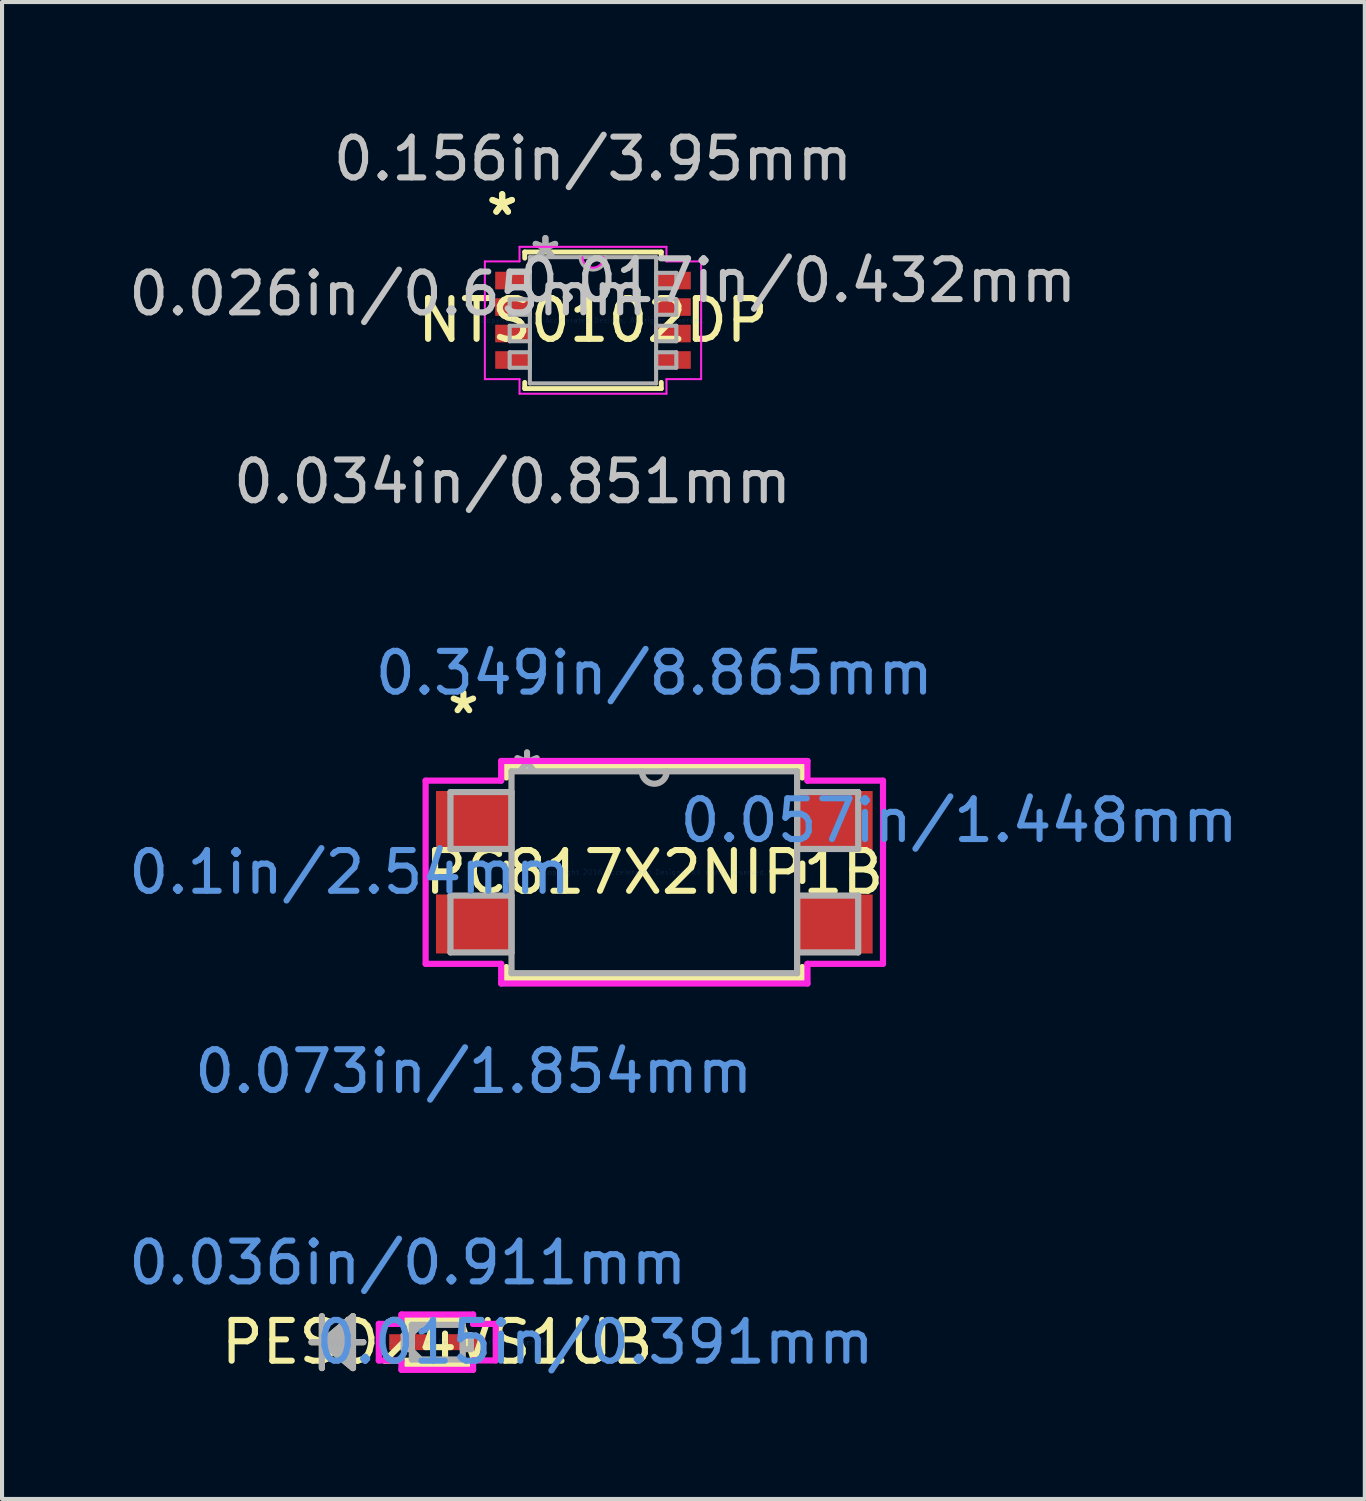
<source format=kicad_pcb>
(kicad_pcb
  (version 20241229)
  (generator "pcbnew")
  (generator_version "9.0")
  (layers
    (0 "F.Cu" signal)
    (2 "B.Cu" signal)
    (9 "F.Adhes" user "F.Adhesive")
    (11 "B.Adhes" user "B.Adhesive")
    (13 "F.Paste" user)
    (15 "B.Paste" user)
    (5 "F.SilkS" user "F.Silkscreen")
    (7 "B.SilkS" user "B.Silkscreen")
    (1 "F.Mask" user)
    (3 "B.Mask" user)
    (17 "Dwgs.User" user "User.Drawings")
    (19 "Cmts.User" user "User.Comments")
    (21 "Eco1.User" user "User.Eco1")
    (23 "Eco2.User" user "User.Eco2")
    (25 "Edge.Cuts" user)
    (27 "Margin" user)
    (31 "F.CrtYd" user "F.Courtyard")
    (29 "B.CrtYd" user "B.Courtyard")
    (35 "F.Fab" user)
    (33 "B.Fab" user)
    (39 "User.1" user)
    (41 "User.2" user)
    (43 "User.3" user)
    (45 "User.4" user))
  (footprint "NTS0102DP"
    (layer "F.Cu")
    (at 11.505 4.811)
    (property "Reference" "NTS0102DP" (at 0 0 0) (layer "F.SilkS") (effects (font (size 1 1) (thickness 0.15))))
    (attr through_hole)
    (fp_line (start -1.676 -1.676) (end -1.676 -1.524) (stroke (width 0.12) (type solid)) (layer "F.SilkS"))
    (fp_line (start -1.676 1.524) (end -1.676 1.676) (stroke (width 0.12) (type solid)) (layer "F.SilkS"))
    (fp_line (start -1.676 1.676) (end 1.676 1.676) (stroke (width 0.12) (type solid)) (layer "F.SilkS"))
    (fp_line (start 1.676 -1.676) (end -1.676 -1.676) (stroke (width 0.12) (type solid)) (layer "F.SilkS"))
    (fp_line (start 1.676 -1.524) (end 1.676 -1.676) (stroke (width 0.12) (type solid)) (layer "F.SilkS"))
    (fp_line (start 1.676 1.676) (end 1.676 1.524) (stroke (width 0.12) (type solid)) (layer "F.SilkS"))
    (fp_line (start -2.654 -1.445) (end -1.803 -1.445) (stroke (width 0.05) (type solid)) (layer "F.CrtYd"))
    (fp_line (start -2.654 1.445) (end -2.654 -1.445) (stroke (width 0.05) (type solid)) (layer "F.CrtYd"))
    (fp_line (start -1.803 -1.803) (end 1.803 -1.803) (stroke (width 0.05) (type solid)) (layer "F.CrtYd"))
    (fp_line (start -1.803 -1.445) (end -1.803 -1.803) (stroke (width 0.05) (type solid)) (layer "F.CrtYd"))
    (fp_line (start -1.803 1.445) (end -2.654 1.445) (stroke (width 0.05) (type solid)) (layer "F.CrtYd"))
    (fp_line (start -1.803 1.803) (end -1.803 1.445) (stroke (width 0.05) (type solid)) (layer "F.CrtYd"))
    (fp_line (start 1.803 -1.803) (end 1.803 -1.445) (stroke (width 0.05) (type solid)) (layer "F.CrtYd"))
    (fp_line (start 1.803 -1.445) (end 2.654 -1.445) (stroke (width 0.05) (type solid)) (layer "F.CrtYd"))
    (fp_line (start 1.803 1.445) (end 1.803 1.803) (stroke (width 0.05) (type solid)) (layer "F.CrtYd"))
    (fp_line (start 1.803 1.803) (end -1.803 1.803) (stroke (width 0.05) (type solid)) (layer "F.CrtYd"))
    (fp_line (start 2.654 -1.445) (end 2.654 1.445) (stroke (width 0.05) (type solid)) (layer "F.CrtYd"))
    (fp_line (start 2.654 1.445) (end 1.803 1.445) (stroke (width 0.05) (type solid)) (layer "F.CrtYd"))
    (fp_arc (start 0.258233 -1.5494) (mid 0 -1.291167) (end -0.258233 -1.5494) (stroke (width 0.05) (type solid)) (layer "F.CrtYd"))
    (fp_line (start -2.045 -1.165) (end -2.045 -0.784) (stroke (width 0.1) (type solid)) (layer "F.Fab"))
    (fp_line (start -2.045 -0.784) (end -1.549 -0.784) (stroke (width 0.1) (type solid)) (layer "F.Fab"))
    (fp_line (start -2.045 -0.515) (end -2.045 -0.135) (stroke (width 0.1) (type solid)) (layer "F.Fab"))
    (fp_line (start -2.045 -0.135) (end -1.549 -0.135) (stroke (width 0.1) (type solid)) (layer "F.Fab"))
    (fp_line (start -2.045 0.135) (end -2.045 0.515) (stroke (width 0.1) (type solid)) (layer "F.Fab"))
    (fp_line (start -2.045 0.515) (end -1.549 0.515) (stroke (width 0.1) (type solid)) (layer "F.Fab"))
    (fp_line (start -2.045 0.784) (end -2.045 1.165) (stroke (width 0.1) (type solid)) (layer "F.Fab"))
    (fp_line (start -2.045 1.165) (end -1.549 1.165) (stroke (width 0.1) (type solid)) (layer "F.Fab"))
    (fp_line (start -1.549 -1.549) (end -1.549 1.549) (stroke (width 0.1) (type solid)) (layer "F.Fab"))
    (fp_line (start -1.549 -1.165) (end -2.045 -1.165) (stroke (width 0.1) (type solid)) (layer "F.Fab"))
    (fp_line (start -1.549 -0.784) (end -1.549 -1.165) (stroke (width 0.1) (type solid)) (layer "F.Fab"))
    (fp_line (start -1.549 -0.515) (end -2.045 -0.515) (stroke (width 0.1) (type solid)) (layer "F.Fab"))
    (fp_line (start -1.549 -0.135) (end -1.549 -0.515) (stroke (width 0.1) (type solid)) (layer "F.Fab"))
    (fp_line (start -1.549 0.135) (end -2.045 0.135) (stroke (width 0.1) (type solid)) (layer "F.Fab"))
    (fp_line (start -1.549 0.515) (end -1.549 0.135) (stroke (width 0.1) (type solid)) (layer "F.Fab"))
    (fp_line (start -1.549 0.784) (end -2.045 0.784) (stroke (width 0.1) (type solid)) (layer "F.Fab"))
    (fp_line (start -1.549 1.165) (end -1.549 0.784) (stroke (width 0.1) (type solid)) (layer "F.Fab"))
    (fp_line (start -1.549 1.549) (end 1.549 1.549) (stroke (width 0.1) (type solid)) (layer "F.Fab"))
    (fp_line (start 1.549 -1.549) (end -1.549 -1.549) (stroke (width 0.1) (type solid)) (layer "F.Fab"))
    (fp_line (start 1.549 -1.165) (end 1.549 -0.784) (stroke (width 0.1) (type solid)) (layer "F.Fab"))
    (fp_line (start 1.549 -0.784) (end 2.045 -0.784) (stroke (width 0.1) (type solid)) (layer "F.Fab"))
    (fp_line (start 1.549 -0.515) (end 1.549 -0.135) (stroke (width 0.1) (type solid)) (layer "F.Fab"))
    (fp_line (start 1.549 -0.135) (end 2.045 -0.135) (stroke (width 0.1) (type solid)) (layer "F.Fab"))
    (fp_line (start 1.549 0.135) (end 1.549 0.515) (stroke (width 0.1) (type solid)) (layer "F.Fab"))
    (fp_line (start 1.549 0.515) (end 2.045 0.515) (stroke (width 0.1) (type solid)) (layer "F.Fab"))
    (fp_line (start 1.549 0.784) (end 1.549 1.165) (stroke (width 0.1) (type solid)) (layer "F.Fab"))
    (fp_line (start 1.549 1.165) (end 2.045 1.165) (stroke (width 0.1) (type solid)) (layer "F.Fab"))
    (fp_line (start 1.549 1.549) (end 1.549 -1.549) (stroke (width 0.1) (type solid)) (layer "F.Fab"))
    (fp_line (start 2.045 -1.165) (end 1.549 -1.165) (stroke (width 0.1) (type solid)) (layer "F.Fab"))
    (fp_line (start 2.045 -0.784) (end 2.045 -1.165) (stroke (width 0.1) (type solid)) (layer "F.Fab"))
    (fp_line (start 2.045 -0.515) (end 1.549 -0.515) (stroke (width 0.1) (type solid)) (layer "F.Fab"))
    (fp_line (start 2.045 -0.135) (end 2.045 -0.515) (stroke (width 0.1) (type solid)) (layer "F.Fab"))
    (fp_line (start 2.045 0.135) (end 1.549 0.135) (stroke (width 0.1) (type solid)) (layer "F.Fab"))
    (fp_line (start 2.045 0.515) (end 2.045 0.135) (stroke (width 0.1) (type solid)) (layer "F.Fab"))
    (fp_line (start 2.045 0.784) (end 1.549 0.784) (stroke (width 0.1) (type solid)) (layer "F.Fab"))
    (fp_line (start 2.045 1.165) (end 2.045 0.784) (stroke (width 0.1) (type solid)) (layer "F.Fab"))
    (fp_arc (start 0.3048 -1.5494) (mid 0 -1.2446) (end -0.3048 -1.5494) (stroke (width 0.1) (type solid)) (layer "F.Fab"))
    (fp_text user "*" (at -2.229 -2.55 0) (layer "F.SilkS") (effects (font (size 1 1) (thickness 0.15))))
    (fp_text user "*" (at -2.229 -2.55 0) (layer "F.SilkS") (effects (font (size 1 1) (thickness 0.15))))
    (fp_text user "0.017in/0.432mm" (at 5.023 -0.975 0) (layer "Dwgs.User") (effects (font (size 1 1) (thickness 0.15))))
    (fp_text user "0.026in/0.65mm" (at -5.023 -0.65 0) (layer "Dwgs.User") (effects (font (size 1 1) (thickness 0.15))))
    (fp_text user "0.034in/0.851mm" (at -1.975 3.962 0) (layer "Dwgs.User") (effects (font (size 1 1) (thickness 0.15))))
    (fp_text user "0.156in/3.95mm" (at 0 -3.962 0) (layer "Dwgs.User") (effects (font (size 1 1) (thickness 0.15))))
    (fp_text user "Copyright 2021 Accelerated Designs. All rights reserved." (at 0 0 0) (layer "Cmts.User") (effects (font (size 0.127 0.127) (thickness 0.002))))
    (fp_text user "*" (at -1.168 -1.473 0) (layer "F.Fab") (effects (font (size 1 1) (thickness 0.15))))
    (fp_text user "*" (at -1.168 -1.473 0) (layer "F.Fab") (effects (font (size 1 1) (thickness 0.15))))
    (pad "1" smd rect (at -1.975 -0.975) (size 0.851 0.432) (layers "F.Cu" "F.Mask" "F.Paste"))
    (pad "2" smd rect (at -1.975 -0.325) (size 0.851 0.432) (layers "F.Cu" "F.Mask" "F.Paste"))
    (pad "3" smd rect (at -1.975 0.325) (size 0.851 0.432) (layers "F.Cu" "F.Mask" "F.Paste"))
    (pad "4" smd rect (at -1.975 0.975) (size 0.851 0.432) (layers "F.Cu" "F.Mask" "F.Paste"))
    (pad "5" smd rect (at 1.975 0.975) (size 0.851 0.432) (layers "F.Cu" "F.Mask" "F.Paste"))
    (pad "6" smd rect (at 1.975 0.325) (size 0.851 0.432) (layers "F.Cu" "F.Mask" "F.Paste"))
    (pad "7" smd rect (at 1.975 -0.325) (size 0.851 0.432) (layers "F.Cu" "F.Mask" "F.Paste"))
    (pad "8" smd rect (at 1.975 -0.975) (size 0.851 0.432) (layers "F.Cu" "F.Mask" "F.Paste")))
  (footprint "PESD24VS1UB"
    (layer "F.Cu")
    (at 7.683 29.893)
    (property "Reference" "PESD24VS1UB" (at 0 0 0) (layer "F.SilkS") (effects (font (size 1 1) (thickness 0.15))))
    (attr through_hole)
    (fp_line (start -2.832 -0.635) (end -2.832 0.635) (stroke (width 0.152) (type solid)) (layer "F.SilkS"))
    (fp_line (start -2.832 0) (end -2.07 -0.635) (stroke (width 0.152) (type solid)) (layer "F.SilkS"))
    (fp_line (start -2.832 0) (end -2.07 -0.508) (stroke (width 0.152) (type solid)) (layer "F.SilkS"))
    (fp_line (start -2.832 0) (end -2.07 -0.381) (stroke (width 0.152) (type solid)) (layer "F.SilkS"))
    (fp_line (start -2.832 0) (end -2.07 -0.254) (stroke (width 0.152) (type solid)) (layer "F.SilkS"))
    (fp_line (start -2.832 0) (end -2.07 -0.127) (stroke (width 0.152) (type solid)) (layer "F.SilkS"))
    (fp_line (start -2.832 0) (end -2.07 0.127) (stroke (width 0.152) (type solid)) (layer "F.SilkS"))
    (fp_line (start -2.832 0) (end -2.07 0.254) (stroke (width 0.152) (type solid)) (layer "F.SilkS"))
    (fp_line (start -2.832 0) (end -2.07 0.381) (stroke (width 0.152) (type solid)) (layer "F.SilkS"))
    (fp_line (start -2.832 0) (end -2.07 0.508) (stroke (width 0.152) (type solid)) (layer "F.SilkS"))
    (fp_line (start -2.832 0) (end -2.07 0.635) (stroke (width 0.152) (type solid)) (layer "F.SilkS"))
    (fp_line (start -2.07 -0.635) (end -2.07 0.635) (stroke (width 0.152) (type solid)) (layer "F.SilkS"))
    (fp_line (start -1.816 0) (end -3.086 0) (stroke (width 0.152) (type solid)) (layer "F.SilkS"))
    (fp_line (start -0.752 0.552) (end 0.752 0.552) (stroke (width 0.152) (type solid)) (layer "F.SilkS"))
    (fp_line (start 0.752 -0.552) (end -0.752 -0.552) (stroke (width 0.152) (type solid)) (layer "F.SilkS"))
    (fp_line (start -1.435 -0.449) (end -0.879 -0.449) (stroke (width 0.152) (type solid)) (layer "F.CrtYd"))
    (fp_line (start -1.435 0.449) (end -1.435 -0.449) (stroke (width 0.152) (type solid)) (layer "F.CrtYd"))
    (fp_line (start -0.879 -0.679) (end 0.879 -0.679) (stroke (width 0.152) (type solid)) (layer "F.CrtYd"))
    (fp_line (start -0.879 -0.449) (end -0.879 -0.679) (stroke (width 0.152) (type solid)) (layer "F.CrtYd"))
    (fp_line (start -0.879 0.449) (end -1.435 0.449) (stroke (width 0.152) (type solid)) (layer "F.CrtYd"))
    (fp_line (start -0.879 0.679) (end -0.879 0.449) (stroke (width 0.152) (type solid)) (layer "F.CrtYd"))
    (fp_line (start 0.879 -0.679) (end 0.879 -0.449) (stroke (width 0.152) (type solid)) (layer "F.CrtYd"))
    (fp_line (start 0.879 -0.449) (end 1.435 -0.449) (stroke (width 0.152) (type solid)) (layer "F.CrtYd"))
    (fp_line (start 0.879 0.449) (end 0.879 0.679) (stroke (width 0.152) (type solid)) (layer "F.CrtYd"))
    (fp_line (start 0.879 0.679) (end -0.879 0.679) (stroke (width 0.152) (type solid)) (layer "F.CrtYd"))
    (fp_line (start 1.435 -0.449) (end 1.435 0.449) (stroke (width 0.152) (type solid)) (layer "F.CrtYd"))
    (fp_line (start 1.435 0.449) (end 0.879 0.449) (stroke (width 0.152) (type solid)) (layer "F.CrtYd"))
    (fp_line (start -2.832 -0.635) (end -2.832 0.635) (stroke (width 0.152) (type solid)) (layer "F.Fab"))
    (fp_line (start -2.832 0) (end -2.07 -0.635) (stroke (width 0.152) (type solid)) (layer "F.Fab"))
    (fp_line (start -2.832 0) (end -2.07 -0.508) (stroke (width 0.152) (type solid)) (layer "F.Fab"))
    (fp_line (start -2.832 0) (end -2.07 -0.381) (stroke (width 0.152) (type solid)) (layer "F.Fab"))
    (fp_line (start -2.832 0) (end -2.07 -0.254) (stroke (width 0.152) (type solid)) (layer "F.Fab"))
    (fp_line (start -2.832 0) (end -2.07 -0.127) (stroke (width 0.152) (type solid)) (layer "F.Fab"))
    (fp_line (start -2.832 0) (end -2.07 0.127) (stroke (width 0.152) (type solid)) (layer "F.Fab"))
    (fp_line (start -2.832 0) (end -2.07 0.254) (stroke (width 0.152) (type solid)) (layer "F.Fab"))
    (fp_line (start -2.832 0) (end -2.07 0.381) (stroke (width 0.152) (type solid)) (layer "F.Fab"))
    (fp_line (start -2.832 0) (end -2.07 0.508) (stroke (width 0.152) (type solid)) (layer "F.Fab"))
    (fp_line (start -2.832 0) (end -2.07 0.635) (stroke (width 0.152) (type solid)) (layer "F.Fab"))
    (fp_line (start -2.07 -0.635) (end -2.07 0.635) (stroke (width 0.152) (type solid)) (layer "F.Fab"))
    (fp_line (start -1.816 0) (end -3.086 0) (stroke (width 0.152) (type solid)) (layer "F.Fab"))
    (fp_line (start -0.825 -0.17) (end -0.825 0.17) (stroke (width 0.152) (type solid)) (layer "F.Fab"))
    (fp_line (start -0.825 0.17) (end -0.625 0.17) (stroke (width 0.152) (type solid)) (layer "F.Fab"))
    (fp_line (start -0.625 -0.425) (end -0.625 0.425) (stroke (width 0.152) (type solid)) (layer "F.Fab"))
    (fp_line (start -0.625 -0.212) (end -0.412 -0.425) (stroke (width 0.152) (type solid)) (layer "F.Fab"))
    (fp_line (start -0.625 -0.17) (end -0.825 -0.17) (stroke (width 0.152) (type solid)) (layer "F.Fab"))
    (fp_line (start -0.625 0.17) (end -0.625 -0.17) (stroke (width 0.152) (type solid)) (layer "F.Fab"))
    (fp_line (start -0.625 0.212) (end -0.412 0.425) (stroke (width 0.152) (type solid)) (layer "F.Fab"))
    (fp_line (start -0.625 0.425) (end 0.625 0.425) (stroke (width 0.152) (type solid)) (layer "F.Fab"))
    (fp_line (start 0.625 -0.425) (end -0.625 -0.425) (stroke (width 0.152) (type solid)) (layer "F.Fab"))
    (fp_line (start 0.625 -0.17) (end 0.625 0.17) (stroke (width 0.152) (type solid)) (layer "F.Fab"))
    (fp_line (start 0.625 0.17) (end 0.825 0.17) (stroke (width 0.152) (type solid)) (layer "F.Fab"))
    (fp_line (start 0.625 0.425) (end 0.625 -0.425) (stroke (width 0.152) (type solid)) (layer "F.Fab"))
    (fp_line (start 0.825 -0.17) (end 0.625 -0.17) (stroke (width 0.152) (type solid)) (layer "F.Fab"))
    (fp_line (start 0.825 0.17) (end 0.825 -0.17) (stroke (width 0.152) (type solid)) (layer "F.Fab"))
    (fp_text user "0.036in/0.911mm" (at -0.725 -1.948 0) (layer "Cmts.User") (effects (font (size 1 1) (thickness 0.15))))
    (fp_text user "0.015in/0.391mm" (at 3.873 0 0) (layer "Cmts.User") (effects (font (size 1 1) (thickness 0.15))))
    (fp_text user "Copyright 2016 Accelerated Designs. All rights reserved." (at 0 0 0) (layer "Cmts.User") (effects (font (size 0.127 0.127) (thickness 0.002))))
    (pad "1" smd rect (at -0.725 0) (size 0.911 0.391) (layers "F.Cu" "F.Mask" "F.Paste"))
    (pad "2" smd rect (at 0.725 0) (size 0.911 0.391) (layers "F.Cu" "F.Mask" "F.Paste")))
  (footprint "PC817X2NIP1B"
    (layer "F.Cu")
    (at 13.01 18.359)
    (property "Reference" "PC817X2NIP1B" (at 0 0 0) (layer "F.SilkS") (effects (font (size 1 1) (thickness 0.15))))
    (attr through_hole)
    (fp_line (start -3.632 -2.603) (end -3.632 -2.327) (stroke (width 0.152) (type solid)) (layer "F.SilkS"))
    (fp_line (start -3.632 -0.213) (end -3.632 0.213) (stroke (width 0.152) (type solid)) (layer "F.SilkS"))
    (fp_line (start -3.632 2.327) (end -3.632 2.603) (stroke (width 0.152) (type solid)) (layer "F.SilkS"))
    (fp_line (start -3.632 2.603) (end 3.632 2.603) (stroke (width 0.152) (type solid)) (layer "F.SilkS"))
    (fp_line (start 3.632 -2.603) (end -3.632 -2.603) (stroke (width 0.152) (type solid)) (layer "F.SilkS"))
    (fp_line (start 3.632 -2.327) (end 3.632 -2.603) (stroke (width 0.152) (type solid)) (layer "F.SilkS"))
    (fp_line (start 3.632 0.213) (end 3.632 -0.213) (stroke (width 0.152) (type solid)) (layer "F.SilkS"))
    (fp_line (start 3.632 2.603) (end 3.632 2.327) (stroke (width 0.152) (type solid)) (layer "F.SilkS"))
    (fp_line (start -5.613 -2.248) (end -3.759 -2.248) (stroke (width 0.152) (type solid)) (layer "F.CrtYd"))
    (fp_line (start -5.613 2.248) (end -5.613 -2.248) (stroke (width 0.152) (type solid)) (layer "F.CrtYd"))
    (fp_line (start -5.613 2.248) (end -3.759 2.248) (stroke (width 0.152) (type solid)) (layer "F.CrtYd"))
    (fp_line (start -3.759 -2.731) (end 3.759 -2.731) (stroke (width 0.152) (type solid)) (layer "F.CrtYd"))
    (fp_line (start -3.759 -2.248) (end -3.759 -2.731) (stroke (width 0.152) (type solid)) (layer "F.CrtYd"))
    (fp_line (start -3.759 2.731) (end -3.759 2.248) (stroke (width 0.152) (type solid)) (layer "F.CrtYd"))
    (fp_line (start 3.759 -2.731) (end 3.759 -2.248) (stroke (width 0.152) (type solid)) (layer "F.CrtYd"))
    (fp_line (start 3.759 2.248) (end 3.759 2.731) (stroke (width 0.152) (type solid)) (layer "F.CrtYd"))
    (fp_line (start 3.759 2.731) (end -3.759 2.731) (stroke (width 0.152) (type solid)) (layer "F.CrtYd"))
    (fp_line (start 5.613 -2.248) (end 3.759 -2.248) (stroke (width 0.152) (type solid)) (layer "F.CrtYd"))
    (fp_line (start 5.613 -2.248) (end 5.613 2.248) (stroke (width 0.152) (type solid)) (layer "F.CrtYd"))
    (fp_line (start 5.613 2.248) (end 3.759 2.248) (stroke (width 0.152) (type solid)) (layer "F.CrtYd"))
    (fp_line (start -5.004 -1.968) (end -5.004 -0.572) (stroke (width 0.152) (type solid)) (layer "F.Fab"))
    (fp_line (start -5.004 -0.572) (end -3.505 -0.572) (stroke (width 0.152) (type solid)) (layer "F.Fab"))
    (fp_line (start -5.004 0.572) (end -5.004 1.968) (stroke (width 0.152) (type solid)) (layer "F.Fab"))
    (fp_line (start -5.004 1.968) (end -3.505 1.968) (stroke (width 0.152) (type solid)) (layer "F.Fab"))
    (fp_line (start -3.505 -2.477) (end -3.505 2.477) (stroke (width 0.152) (type solid)) (layer "F.Fab"))
    (fp_line (start -3.505 -1.968) (end -5.004 -1.968) (stroke (width 0.152) (type solid)) (layer "F.Fab"))
    (fp_line (start -3.505 -0.572) (end -3.505 -1.968) (stroke (width 0.152) (type solid)) (layer "F.Fab"))
    (fp_line (start -3.505 0.572) (end -5.004 0.572) (stroke (width 0.152) (type solid)) (layer "F.Fab"))
    (fp_line (start -3.505 1.968) (end -3.505 0.572) (stroke (width 0.152) (type solid)) (layer "F.Fab"))
    (fp_line (start -3.505 2.477) (end 3.505 2.477) (stroke (width 0.152) (type solid)) (layer "F.Fab"))
    (fp_line (start 3.505 -2.477) (end -3.505 -2.477) (stroke (width 0.152) (type solid)) (layer "F.Fab"))
    (fp_line (start 3.505 -1.968) (end 3.505 -0.572) (stroke (width 0.152) (type solid)) (layer "F.Fab"))
    (fp_line (start 3.505 -0.572) (end 5.004 -0.572) (stroke (width 0.152) (type solid)) (layer "F.Fab"))
    (fp_line (start 3.505 0.572) (end 3.505 1.968) (stroke (width 0.152) (type solid)) (layer "F.Fab"))
    (fp_line (start 3.505 1.968) (end 5.004 1.968) (stroke (width 0.152) (type solid)) (layer "F.Fab"))
    (fp_line (start 3.505 2.477) (end 3.505 -2.477) (stroke (width 0.152) (type solid)) (layer "F.Fab"))
    (fp_line (start 5.004 -1.968) (end 3.505 -1.968) (stroke (width 0.152) (type solid)) (layer "F.Fab"))
    (fp_line (start 5.004 -0.572) (end 5.004 -1.968) (stroke (width 0.152) (type solid)) (layer "F.Fab"))
    (fp_line (start 5.004 0.572) (end 3.505 0.572) (stroke (width 0.152) (type solid)) (layer "F.Fab"))
    (fp_line (start 5.004 1.968) (end 5.004 0.572) (stroke (width 0.152) (type solid)) (layer "F.Fab"))
    (fp_arc (start 0.3048 -2.4765) (mid 0 -2.1717) (end -0.3048 -2.4765) (stroke (width 0.1524) (type solid)) (layer "F.Fab"))
    (fp_text user "*" (at -4.686 -3.861 0) (layer "F.SilkS") (effects (font (size 1 1) (thickness 0.15))))
    (fp_text user "0.073in/1.854mm" (at -4.432 4.889 0) (layer "Cmts.User") (effects (font (size 1 1) (thickness 0.15))))
    (fp_text user "0.1in/2.54mm" (at -7.48 0 0) (layer "Cmts.User") (effects (font (size 1 1) (thickness 0.15))))
    (fp_text user "0.057in/1.448mm" (at 7.48 -1.27 0) (layer "Cmts.User") (effects (font (size 1 1) (thickness 0.15))))
    (fp_text user "0.349in/8.865mm" (at 0 -4.889 0) (layer "Cmts.User") (effects (font (size 1 1) (thickness 0.15))))
    (fp_text user "Copyright 2016 Accelerated Designs. All rights reserved." (at 0 0 0) (layer "Cmts.User") (effects (font (size 0.127 0.127) (thickness 0.002))))
    (fp_text user "*" (at -3.124 -2.4 0) (layer "F.Fab") (effects (font (size 1 1) (thickness 0.15))))
    (pad "1" smd rect (at -4.432 -1.27) (size 1.854 1.448) (layers "F.Cu" "F.Mask" "F.Paste"))
    (pad "2" smd rect (at -4.432 1.27) (size 1.854 1.448) (layers "F.Cu" "F.Mask" "F.Paste"))
    (pad "3" smd rect (at 4.432 1.27) (size 1.854 1.448) (layers "F.Cu" "F.Mask" "F.Paste"))
    (pad "4" smd rect (at 4.432 -1.27) (size 1.854 1.448) (layers "F.Cu" "F.Mask" "F.Paste")))
  (gr_rect
    (start -3 -3)
    (end 30.449 33.741)
    (stroke (width 0.1) (type default))
    (fill no)
    (layer "Edge.Cuts")))
</source>
